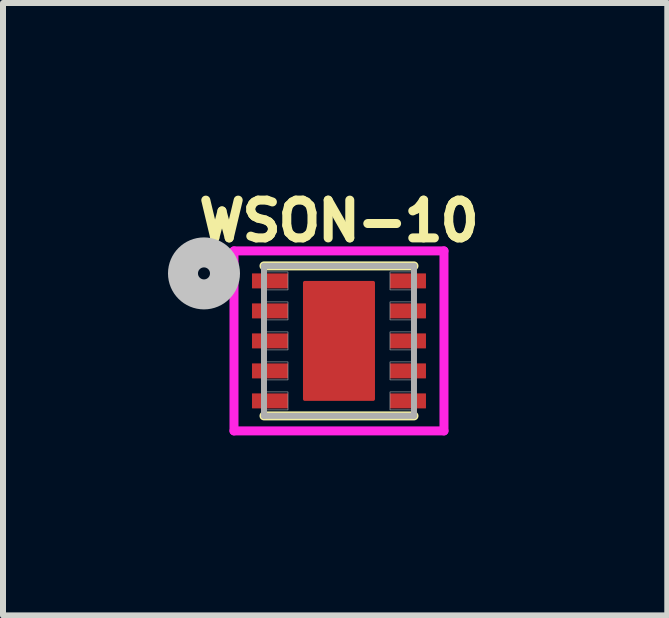
<source format=kicad_pcb>
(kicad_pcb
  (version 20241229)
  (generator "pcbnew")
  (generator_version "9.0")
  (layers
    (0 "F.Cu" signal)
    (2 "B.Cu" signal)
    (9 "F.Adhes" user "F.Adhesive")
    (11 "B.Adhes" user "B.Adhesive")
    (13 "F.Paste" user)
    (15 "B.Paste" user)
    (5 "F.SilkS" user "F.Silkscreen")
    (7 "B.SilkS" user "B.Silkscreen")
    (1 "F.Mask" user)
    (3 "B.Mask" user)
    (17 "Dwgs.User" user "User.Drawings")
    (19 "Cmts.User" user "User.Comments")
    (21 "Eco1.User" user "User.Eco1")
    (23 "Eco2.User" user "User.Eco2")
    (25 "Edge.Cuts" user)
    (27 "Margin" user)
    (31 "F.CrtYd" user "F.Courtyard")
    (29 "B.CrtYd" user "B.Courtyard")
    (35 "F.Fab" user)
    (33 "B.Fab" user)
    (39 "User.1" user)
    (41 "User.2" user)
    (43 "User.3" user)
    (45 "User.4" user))
  (footprint "WSON-10"
    (layer "F.Cu")
    (at 2.6 2.632)
    (property "Reference" "WSON-10" (at 0 -2 0) (layer "F.SilkS") (effects (font (size 0.63 0.63) (thickness 0.15))))
    (attr smd)
    (fp_line (start -1.25 -1.25) (end 1.25 -1.25) (stroke (width 0.15) (type solid)) (layer "F.SilkS"))
    (fp_line (start -1.25 1.25) (end 1.25 1.25) (stroke (width 0.15) (type solid)) (layer "F.SilkS"))
    (fp_circle (center -2.25 -1.125) (end -2.15 -1.125) (stroke (width 0.5) (type solid)) (fill no) (layer "Dwgs.User"))
    (fp_line (start -1.75 -1.5) (end 1.75 -1.5) (stroke (width 0.15) (type solid)) (layer "F.CrtYd"))
    (fp_line (start -1.75 1.5) (end -1.75 -1.5) (stroke (width 0.15) (type solid)) (layer "F.CrtYd"))
    (fp_line (start 1.75 -1.5) (end 1.75 1.5) (stroke (width 0.15) (type solid)) (layer "F.CrtYd"))
    (fp_line (start 1.75 1.5) (end -1.75 1.5) (stroke (width 0.15) (type solid)) (layer "F.CrtYd"))
    (fp_line (start -1.25 -1.25) (end -1.25 1.25) (stroke (width 0.1) (type solid)) (layer "F.Fab"))
    (fp_line (start -1.25 -1.25) (end 1.25 -1.25) (stroke (width 0.1) (type solid)) (layer "F.Fab"))
    (fp_line (start -1.25 1.25) (end 1.25 1.25) (stroke (width 0.1) (type solid)) (layer "F.Fab"))
    (fp_line (start 1.25 1.25) (end 1.25 -1.25) (stroke (width 0.1) (type solid)) (layer "F.Fab"))
    (fp_poly (pts (xy -1.25 -1.15) (xy -0.85 -1.15) (xy -0.85 -0.85) (xy -1.25 -0.85)) (stroke (width 0.01) (type solid)) (fill no) (layer "F.Fab"))
    (fp_poly (pts (xy -1.25 -0.65) (xy -0.85 -0.65) (xy -0.85 -0.35) (xy -1.25 -0.35)) (stroke (width 0.01) (type solid)) (fill no) (layer "F.Fab"))
    (fp_poly (pts (xy -1.25 -0.15) (xy -0.85 -0.15) (xy -0.85 0.15) (xy -1.25 0.15)) (stroke (width 0.01) (type solid)) (fill no) (layer "F.Fab"))
    (fp_poly (pts (xy -1.25 0.35) (xy -0.85 0.35) (xy -0.85 0.65) (xy -1.25 0.65)) (stroke (width 0.01) (type solid)) (fill no) (layer "F.Fab"))
    (fp_poly (pts (xy -1.25 0.85) (xy -0.85 0.85) (xy -0.85 1.15) (xy -1.25 1.15)) (stroke (width 0.01) (type solid)) (fill no) (layer "F.Fab"))
    (fp_poly (pts (xy 0.85 -1.15) (xy 1.25 -1.15) (xy 1.25 -0.85) (xy 0.85 -0.85)) (stroke (width 0.01) (type solid)) (fill no) (layer "F.Fab"))
    (fp_poly (pts (xy 0.85 -0.65) (xy 1.25 -0.65) (xy 1.25 -0.35) (xy 0.85 -0.35)) (stroke (width 0.01) (type solid)) (fill no) (layer "F.Fab"))
    (fp_poly (pts (xy 0.85 -0.15) (xy 1.25 -0.15) (xy 1.25 0.15) (xy 0.85 0.15)) (stroke (width 0.01) (type solid)) (fill no) (layer "F.Fab"))
    (fp_poly (pts (xy 0.85 0.35) (xy 1.25 0.35) (xy 1.25 0.65) (xy 0.85 0.65)) (stroke (width 0.01) (type solid)) (fill no) (layer "F.Fab"))
    (fp_poly (pts (xy 0.85 0.85) (xy 1.25 0.85) (xy 1.25 1.15) (xy 0.85 1.15)) (stroke (width 0.01) (type solid)) (fill no) (layer "F.Fab"))
    (pad "1" smd roundrect (at -1.15 -1) (size 0.6 0.25) (layers "F.Cu" "F.Mask" "F.Paste") (roundrect_rratio 0.025))
    (pad "2" smd roundrect (at -1.15 -0.5) (size 0.6 0.25) (layers "F.Cu" "F.Mask" "F.Paste") (roundrect_rratio 0.025))
    (pad "3" smd roundrect (at -1.15 0) (size 0.6 0.25) (layers "F.Cu" "F.Mask" "F.Paste") (roundrect_rratio 0.025))
    (pad "4" smd roundrect (at -1.15 0.5) (size 0.6 0.25) (layers "F.Cu" "F.Mask" "F.Paste") (roundrect_rratio 0.025))
    (pad "5" smd roundrect (at -1.15 1) (size 0.6 0.25) (layers "F.Cu" "F.Mask" "F.Paste") (roundrect_rratio 0.025))
    (pad "6" smd roundrect (at 1.15 1) (size 0.6 0.25) (layers "F.Cu" "F.Mask" "F.Paste") (roundrect_rratio 0.025))
    (pad "7" smd roundrect (at 1.15 0.5) (size 0.6 0.25) (layers "F.Cu" "F.Mask" "F.Paste") (roundrect_rratio 0.025))
    (pad "8" smd roundrect (at 1.15 0) (size 0.6 0.25) (layers "F.Cu" "F.Mask" "F.Paste") (roundrect_rratio 0.025))
    (pad "9" smd roundrect (at 1.15 -0.5) (size 0.6 0.25) (layers "F.Cu" "F.Mask" "F.Paste") (roundrect_rratio 0.025))
    (pad "10" smd roundrect (at 1.15 -1) (size 0.6 0.25) (layers "F.Cu" "F.Mask" "F.Paste") (roundrect_rratio 0.025))
    (pad "PAD" smd roundrect (at 0 0) (size 1.2 2) (layers "F.Cu" "F.Mask" "F.Paste") (roundrect_rratio 0.025)))
  (gr_rect
    (start -3 -3)
    (end 8.072 7.207)
    (stroke (width 0.1) (type default))
    (fill no)
    (layer "Edge.Cuts")))
</source>
